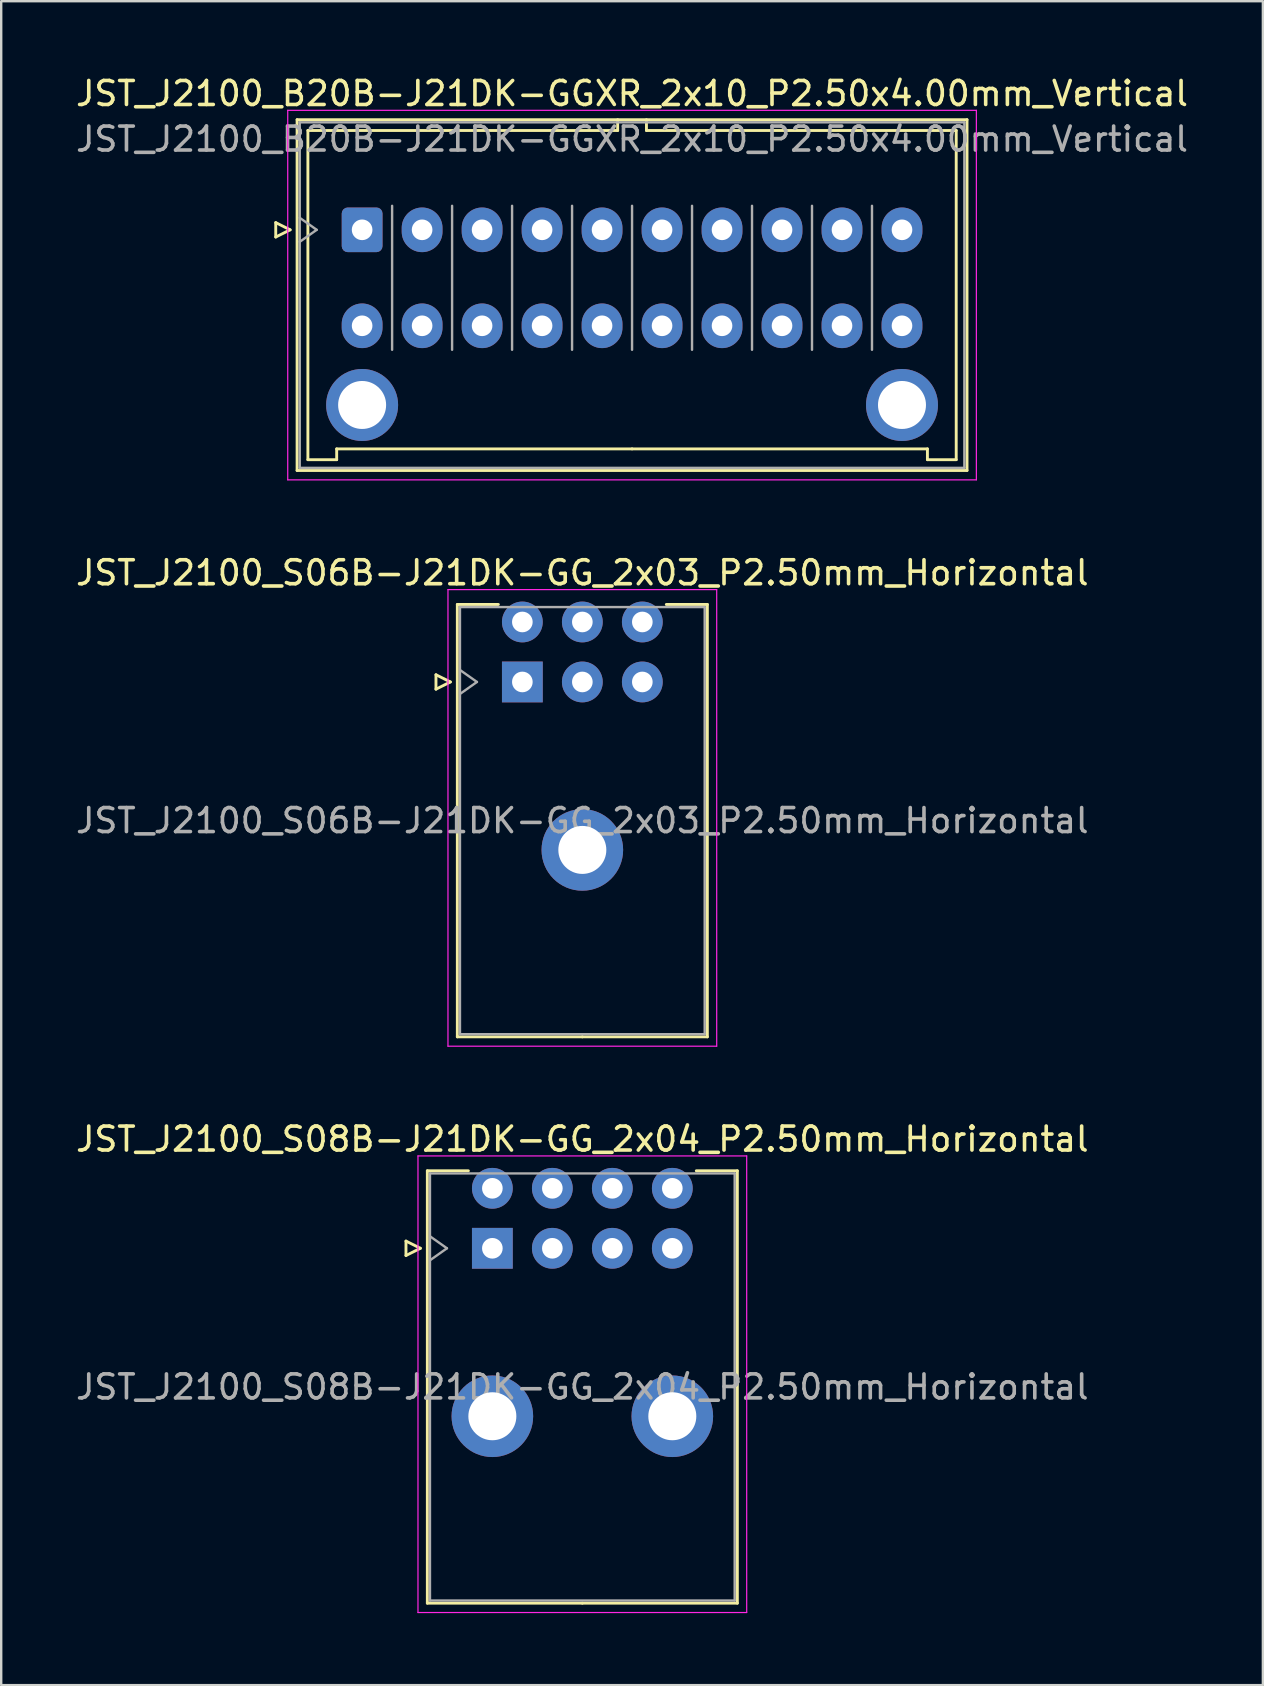
<source format=kicad_pcb>
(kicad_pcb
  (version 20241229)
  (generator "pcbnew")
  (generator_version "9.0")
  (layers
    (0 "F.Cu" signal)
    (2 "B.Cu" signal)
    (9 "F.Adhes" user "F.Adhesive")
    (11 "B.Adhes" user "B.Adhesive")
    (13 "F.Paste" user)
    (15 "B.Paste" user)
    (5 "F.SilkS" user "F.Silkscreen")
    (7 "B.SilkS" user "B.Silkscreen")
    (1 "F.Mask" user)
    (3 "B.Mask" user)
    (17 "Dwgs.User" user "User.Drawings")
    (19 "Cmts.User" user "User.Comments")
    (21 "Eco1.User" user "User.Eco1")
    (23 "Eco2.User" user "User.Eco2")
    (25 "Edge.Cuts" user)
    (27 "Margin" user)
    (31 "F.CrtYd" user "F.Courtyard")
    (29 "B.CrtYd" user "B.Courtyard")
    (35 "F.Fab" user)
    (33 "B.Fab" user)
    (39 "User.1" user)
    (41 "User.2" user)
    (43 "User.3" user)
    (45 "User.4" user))
  (footprint "JST_J2100_S08B-J21DK-GG_2x04_P2.50mm_Horizontal"
    (layer "F.Cu")
    (at 17.47 48.975)
    (property "Reference" "JST_J2100_S08B-J21DK-GG_2x04_P2.50mm_Horizontal" (at 3.75 -4.55 0) (layer "F.SilkS") (effects (font (size 1 1) (thickness 0.15))))
    (attr through_hole)
    (fp_line (start -3.6 -0.3) (end -3 0) (stroke (width 0.12) (type solid)) (layer "F.SilkS"))
    (fp_line (start -3.6 0.3) (end -3.6 -0.3) (stroke (width 0.12) (type solid)) (layer "F.SilkS"))
    (fp_line (start -3 0) (end -3.6 0.3) (stroke (width 0.12) (type solid)) (layer "F.SilkS"))
    (fp_line (start -2.71 -3.23) (end -2.71 14.79) (stroke (width 0.12) (type solid)) (layer "F.SilkS"))
    (fp_line (start -2.71 14.79) (end 3.75 14.79) (stroke (width 0.12) (type solid)) (layer "F.SilkS"))
    (fp_line (start -1 -3.23) (end -2.71 -3.23) (stroke (width 0.12) (type solid)) (layer "F.SilkS"))
    (fp_line (start 8.5 -3.23) (end 10.21 -3.23) (stroke (width 0.12) (type solid)) (layer "F.SilkS"))
    (fp_line (start 10.21 -3.23) (end 10.21 14.79) (stroke (width 0.12) (type solid)) (layer "F.SilkS"))
    (fp_line (start 10.21 14.79) (end 3.75 14.79) (stroke (width 0.12) (type solid)) (layer "F.SilkS"))
    (fp_line (start -3.1 -3.85) (end -3.1 15.18) (stroke (width 0.05) (type solid)) (layer "F.CrtYd"))
    (fp_line (start -3.1 15.18) (end 10.6 15.18) (stroke (width 0.05) (type solid)) (layer "F.CrtYd"))
    (fp_line (start 10.6 -3.85) (end -3.1 -3.85) (stroke (width 0.05) (type solid)) (layer "F.CrtYd"))
    (fp_line (start 10.6 15.18) (end 10.6 -3.85) (stroke (width 0.05) (type solid)) (layer "F.CrtYd"))
    (fp_line (start -2.6 -3.12) (end -2.6 14.68) (stroke (width 0.1) (type solid)) (layer "F.Fab"))
    (fp_line (start -2.6 0.5) (end -1.893 0) (stroke (width 0.1) (type solid)) (layer "F.Fab"))
    (fp_line (start -2.6 14.68) (end 10.1 14.68) (stroke (width 0.1) (type solid)) (layer "F.Fab"))
    (fp_line (start -1.893 0) (end -2.6 -0.5) (stroke (width 0.1) (type solid)) (layer "F.Fab"))
    (fp_line (start 10.1 -3.12) (end -2.6 -3.12) (stroke (width 0.1) (type solid)) (layer "F.Fab"))
    (fp_line (start 10.1 14.68) (end 10.1 -3.12) (stroke (width 0.1) (type solid)) (layer "F.Fab"))
    (fp_text user "${REFERENCE}" (at 3.75 5.78 0) (layer "F.Fab") (effects (font (size 1 1) (thickness 0.15))))
    (pad "" thru_hole circle (at 0 7) (size 3.4 3.4) (drill 2) (layers "*.Cu" "*.Mask"))
    (pad "" thru_hole circle (at 7.5 7) (size 3.4 3.4) (drill 2) (layers "*.Cu" "*.Mask"))
    (pad "a1" thru_hole rect (at 0 0) (size 1.7 1.7) (drill 0.86) (layers "*.Cu" "*.Mask"))
    (pad "a2" thru_hole circle (at 2.5 0) (size 1.7 1.7) (drill 0.86) (layers "*.Cu" "*.Mask"))
    (pad "a3" thru_hole circle (at 5 0) (size 1.7 1.7) (drill 0.86) (layers "*.Cu" "*.Mask"))
    (pad "a4" thru_hole circle (at 7.5 0) (size 1.7 1.7) (drill 0.86) (layers "*.Cu" "*.Mask"))
    (pad "b1" thru_hole circle (at 0 -2.5) (size 1.7 1.7) (drill 0.86) (layers "*.Cu" "*.Mask"))
    (pad "b2" thru_hole circle (at 2.5 -2.5) (size 1.7 1.7) (drill 0.86) (layers "*.Cu" "*.Mask"))
    (pad "b3" thru_hole circle (at 5 -2.5) (size 1.7 1.7) (drill 0.86) (layers "*.Cu" "*.Mask"))
    (pad "b4" thru_hole circle (at 7.5 -2.5) (size 1.7 1.7) (drill 0.86) (layers "*.Cu" "*.Mask")))
  (footprint "JST_J2100_B20B-J21DK-GGXR_2x10_P2.50x4.00mm_Vertical"
    (layer "F.Cu")
    (at 12.042 6.528)
    (property "Reference" "JST_J2100_B20B-J21DK-GGXR_2x10_P2.50x4.00mm_Vertical" (at 11.25 -5.68 0) (layer "F.SilkS") (effects (font (size 1 1) (thickness 0.15))))
    (attr through_hole)
    (fp_line (start -3.6 -0.3) (end -3 0) (stroke (width 0.12) (type solid)) (layer "F.SilkS"))
    (fp_line (start -3.6 0.3) (end -3.6 -0.3) (stroke (width 0.12) (type solid)) (layer "F.SilkS"))
    (fp_line (start -3 0) (end -3.6 0.3) (stroke (width 0.12) (type solid)) (layer "F.SilkS"))
    (fp_line (start -2.71 -4.59) (end -2.71 10.03) (stroke (width 0.12) (type solid)) (layer "F.SilkS"))
    (fp_line (start -2.71 10.03) (end 25.21 10.03) (stroke (width 0.12) (type solid)) (layer "F.SilkS"))
    (fp_line (start -2.26 -4.14) (end -2.26 9.58) (stroke (width 0.12) (type solid)) (layer "F.SilkS"))
    (fp_line (start -2.26 9.58) (end -1.06 9.58) (stroke (width 0.12) (type solid)) (layer "F.SilkS"))
    (fp_line (start -1.06 9.13) (end 11.25 9.13) (stroke (width 0.12) (type solid)) (layer "F.SilkS"))
    (fp_line (start -1.06 9.58) (end -1.06 9.13) (stroke (width 0.12) (type solid)) (layer "F.SilkS"))
    (fp_line (start 10.65 -4.59) (end 10.65 -4.14) (stroke (width 0.12) (type solid)) (layer "F.SilkS"))
    (fp_line (start 10.65 -4.14) (end -2.26 -4.14) (stroke (width 0.12) (type solid)) (layer "F.SilkS"))
    (fp_line (start 11.85 -4.59) (end 11.85 -4.14) (stroke (width 0.12) (type solid)) (layer "F.SilkS"))
    (fp_line (start 11.85 -4.14) (end 24.76 -4.14) (stroke (width 0.12) (type solid)) (layer "F.SilkS"))
    (fp_line (start 23.56 9.13) (end 11.25 9.13) (stroke (width 0.12) (type solid)) (layer "F.SilkS"))
    (fp_line (start 23.56 9.58) (end 23.56 9.13) (stroke (width 0.12) (type solid)) (layer "F.SilkS"))
    (fp_line (start 24.76 -4.14) (end 24.76 9.58) (stroke (width 0.12) (type solid)) (layer "F.SilkS"))
    (fp_line (start 24.76 9.58) (end 23.56 9.58) (stroke (width 0.12) (type solid)) (layer "F.SilkS"))
    (fp_line (start 25.21 -4.59) (end -2.71 -4.59) (stroke (width 0.12) (type solid)) (layer "F.SilkS"))
    (fp_line (start 25.21 10.03) (end 25.21 -4.59) (stroke (width 0.12) (type solid)) (layer "F.SilkS"))
    (fp_line (start -3.1 -4.98) (end -3.1 10.42) (stroke (width 0.05) (type solid)) (layer "F.CrtYd"))
    (fp_line (start -3.1 10.42) (end 25.6 10.42) (stroke (width 0.05) (type solid)) (layer "F.CrtYd"))
    (fp_line (start 25.6 -4.98) (end -3.1 -4.98) (stroke (width 0.05) (type solid)) (layer "F.CrtYd"))
    (fp_line (start 25.6 10.42) (end 25.6 -4.98) (stroke (width 0.05) (type solid)) (layer "F.CrtYd"))
    (fp_line (start -2.6 -4.48) (end -2.6 9.92) (stroke (width 0.1) (type solid)) (layer "F.Fab"))
    (fp_line (start -2.6 0.5) (end -1.893 0) (stroke (width 0.1) (type solid)) (layer "F.Fab"))
    (fp_line (start -2.6 9.92) (end 25.1 9.92) (stroke (width 0.1) (type solid)) (layer "F.Fab"))
    (fp_line (start -1.893 0) (end -2.6 -0.5) (stroke (width 0.1) (type solid)) (layer "F.Fab"))
    (fp_line (start 1.25 5) (end 1.25 -1) (stroke (width 0.1) (type solid)) (layer "F.Fab"))
    (fp_line (start 3.75 5) (end 3.75 -1) (stroke (width 0.1) (type solid)) (layer "F.Fab"))
    (fp_line (start 6.25 5) (end 6.25 -1) (stroke (width 0.1) (type solid)) (layer "F.Fab"))
    (fp_line (start 8.75 5) (end 8.75 -1) (stroke (width 0.1) (type solid)) (layer "F.Fab"))
    (fp_line (start 11.25 5) (end 11.25 -1) (stroke (width 0.1) (type solid)) (layer "F.Fab"))
    (fp_line (start 13.75 5) (end 13.75 -1) (stroke (width 0.1) (type solid)) (layer "F.Fab"))
    (fp_line (start 16.25 5) (end 16.25 -1) (stroke (width 0.1) (type solid)) (layer "F.Fab"))
    (fp_line (start 18.75 5) (end 18.75 -1) (stroke (width 0.1) (type solid)) (layer "F.Fab"))
    (fp_line (start 21.25 5) (end 21.25 -1) (stroke (width 0.1) (type solid)) (layer "F.Fab"))
    (fp_line (start 25.1 -4.48) (end -2.6 -4.48) (stroke (width 0.1) (type solid)) (layer "F.Fab"))
    (fp_line (start 25.1 9.92) (end 25.1 -4.48) (stroke (width 0.1) (type solid)) (layer "F.Fab"))
    (fp_text user "${REFERENCE}" (at 11.25 -3.78 0) (layer "F.Fab") (effects (font (size 1 1) (thickness 0.15))))
    (pad "" thru_hole circle (at 0 7.3) (size 3 3) (drill 2) (layers "*.Cu" "*.Mask"))
    (pad "" thru_hole circle (at 22.5 7.3) (size 3 3) (drill 2) (layers "*.Cu" "*.Mask"))
    (pad "1" thru_hole roundrect (at 0 0) (size 1.7 1.86) (drill 0.86) (layers "*.Cu" "*.Mask") (roundrect_rratio 0.147))
    (pad "2" thru_hole oval (at 2.5 0) (size 1.7 1.86) (drill 0.86) (layers "*.Cu" "*.Mask"))
    (pad "3" thru_hole oval (at 5 0) (size 1.7 1.86) (drill 0.86) (layers "*.Cu" "*.Mask"))
    (pad "4" thru_hole oval (at 7.5 0) (size 1.7 1.86) (drill 0.86) (layers "*.Cu" "*.Mask"))
    (pad "5" thru_hole oval (at 10 0) (size 1.7 1.86) (drill 0.86) (layers "*.Cu" "*.Mask"))
    (pad "6" thru_hole oval (at 12.5 0) (size 1.7 1.86) (drill 0.86) (layers "*.Cu" "*.Mask"))
    (pad "7" thru_hole oval (at 15 0) (size 1.7 1.86) (drill 0.86) (layers "*.Cu" "*.Mask"))
    (pad "8" thru_hole oval (at 17.5 0) (size 1.7 1.86) (drill 0.86) (layers "*.Cu" "*.Mask"))
    (pad "9" thru_hole oval (at 20 0) (size 1.7 1.86) (drill 0.86) (layers "*.Cu" "*.Mask"))
    (pad "10" thru_hole oval (at 22.5 0) (size 1.7 1.86) (drill 0.86) (layers "*.Cu" "*.Mask"))
    (pad "11" thru_hole oval (at 0 4) (size 1.7 1.86) (drill 0.86) (layers "*.Cu" "*.Mask"))
    (pad "12" thru_hole oval (at 2.5 4) (size 1.7 1.86) (drill 0.86) (layers "*.Cu" "*.Mask"))
    (pad "13" thru_hole oval (at 5 4) (size 1.7 1.86) (drill 0.86) (layers "*.Cu" "*.Mask"))
    (pad "14" thru_hole oval (at 7.5 4) (size 1.7 1.86) (drill 0.86) (layers "*.Cu" "*.Mask"))
    (pad "15" thru_hole oval (at 10 4) (size 1.7 1.86) (drill 0.86) (layers "*.Cu" "*.Mask"))
    (pad "16" thru_hole oval (at 12.5 4) (size 1.7 1.86) (drill 0.86) (layers "*.Cu" "*.Mask"))
    (pad "17" thru_hole oval (at 15 4) (size 1.7 1.86) (drill 0.86) (layers "*.Cu" "*.Mask"))
    (pad "18" thru_hole oval (at 17.5 4) (size 1.7 1.86) (drill 0.86) (layers "*.Cu" "*.Mask"))
    (pad "19" thru_hole oval (at 20 4) (size 1.7 1.86) (drill 0.86) (layers "*.Cu" "*.Mask"))
    (pad "20" thru_hole oval (at 22.5 4) (size 1.7 1.86) (drill 0.86) (layers "*.Cu" "*.Mask")))
  (footprint "JST_J2100_S06B-J21DK-GG_2x03_P2.50mm_Horizontal"
    (layer "F.Cu")
    (at 18.72 25.372)
    (property "Reference" "JST_J2100_S06B-J21DK-GG_2x03_P2.50mm_Horizontal" (at 2.5 -4.55 0) (layer "F.SilkS") (effects (font (size 1 1) (thickness 0.15))))
    (attr through_hole)
    (fp_line (start -3.6 -0.3) (end -3 0) (stroke (width 0.12) (type solid)) (layer "F.SilkS"))
    (fp_line (start -3.6 0.3) (end -3.6 -0.3) (stroke (width 0.12) (type solid)) (layer "F.SilkS"))
    (fp_line (start -3 0) (end -3.6 0.3) (stroke (width 0.12) (type solid)) (layer "F.SilkS"))
    (fp_line (start -2.71 -3.23) (end -2.71 14.79) (stroke (width 0.12) (type solid)) (layer "F.SilkS"))
    (fp_line (start -2.71 14.79) (end 2.5 14.79) (stroke (width 0.12) (type solid)) (layer "F.SilkS"))
    (fp_line (start -1 -3.23) (end -2.71 -3.23) (stroke (width 0.12) (type solid)) (layer "F.SilkS"))
    (fp_line (start 6 -3.23) (end 7.71 -3.23) (stroke (width 0.12) (type solid)) (layer "F.SilkS"))
    (fp_line (start 7.71 -3.23) (end 7.71 14.79) (stroke (width 0.12) (type solid)) (layer "F.SilkS"))
    (fp_line (start 7.71 14.79) (end 2.5 14.79) (stroke (width 0.12) (type solid)) (layer "F.SilkS"))
    (fp_line (start -3.1 -3.85) (end -3.1 15.18) (stroke (width 0.05) (type solid)) (layer "F.CrtYd"))
    (fp_line (start -3.1 15.18) (end 8.1 15.18) (stroke (width 0.05) (type solid)) (layer "F.CrtYd"))
    (fp_line (start 8.1 -3.85) (end -3.1 -3.85) (stroke (width 0.05) (type solid)) (layer "F.CrtYd"))
    (fp_line (start 8.1 15.18) (end 8.1 -3.85) (stroke (width 0.05) (type solid)) (layer "F.CrtYd"))
    (fp_line (start -2.6 -3.12) (end -2.6 14.68) (stroke (width 0.1) (type solid)) (layer "F.Fab"))
    (fp_line (start -2.6 0.5) (end -1.893 0) (stroke (width 0.1) (type solid)) (layer "F.Fab"))
    (fp_line (start -2.6 14.68) (end 7.6 14.68) (stroke (width 0.1) (type solid)) (layer "F.Fab"))
    (fp_line (start -1.893 0) (end -2.6 -0.5) (stroke (width 0.1) (type solid)) (layer "F.Fab"))
    (fp_line (start 7.6 -3.12) (end -2.6 -3.12) (stroke (width 0.1) (type solid)) (layer "F.Fab"))
    (fp_line (start 7.6 14.68) (end 7.6 -3.12) (stroke (width 0.1) (type solid)) (layer "F.Fab"))
    (fp_text user "${REFERENCE}" (at 2.5 5.78 0) (layer "F.Fab") (effects (font (size 1 1) (thickness 0.15))))
    (pad "" thru_hole circle (at 2.5 7) (size 3.4 3.4) (drill 2) (layers "*.Cu" "*.Mask"))
    (pad "a1" thru_hole rect (at 0 0) (size 1.7 1.7) (drill 0.86) (layers "*.Cu" "*.Mask"))
    (pad "a2" thru_hole circle (at 2.5 0) (size 1.7 1.7) (drill 0.86) (layers "*.Cu" "*.Mask"))
    (pad "a3" thru_hole circle (at 5 0) (size 1.7 1.7) (drill 0.86) (layers "*.Cu" "*.Mask"))
    (pad "b1" thru_hole circle (at 0 -2.5) (size 1.7 1.7) (drill 0.86) (layers "*.Cu" "*.Mask"))
    (pad "b2" thru_hole circle (at 2.5 -2.5) (size 1.7 1.7) (drill 0.86) (layers "*.Cu" "*.Mask"))
    (pad "b3" thru_hole circle (at 5 -2.5) (size 1.7 1.7) (drill 0.86) (layers "*.Cu" "*.Mask")))
  (gr_rect
    (start -3 -3)
    (end 49.583 67.18)
    (stroke (width 0.1) (type default))
    (fill no)
    (layer "Edge.Cuts")))
</source>
